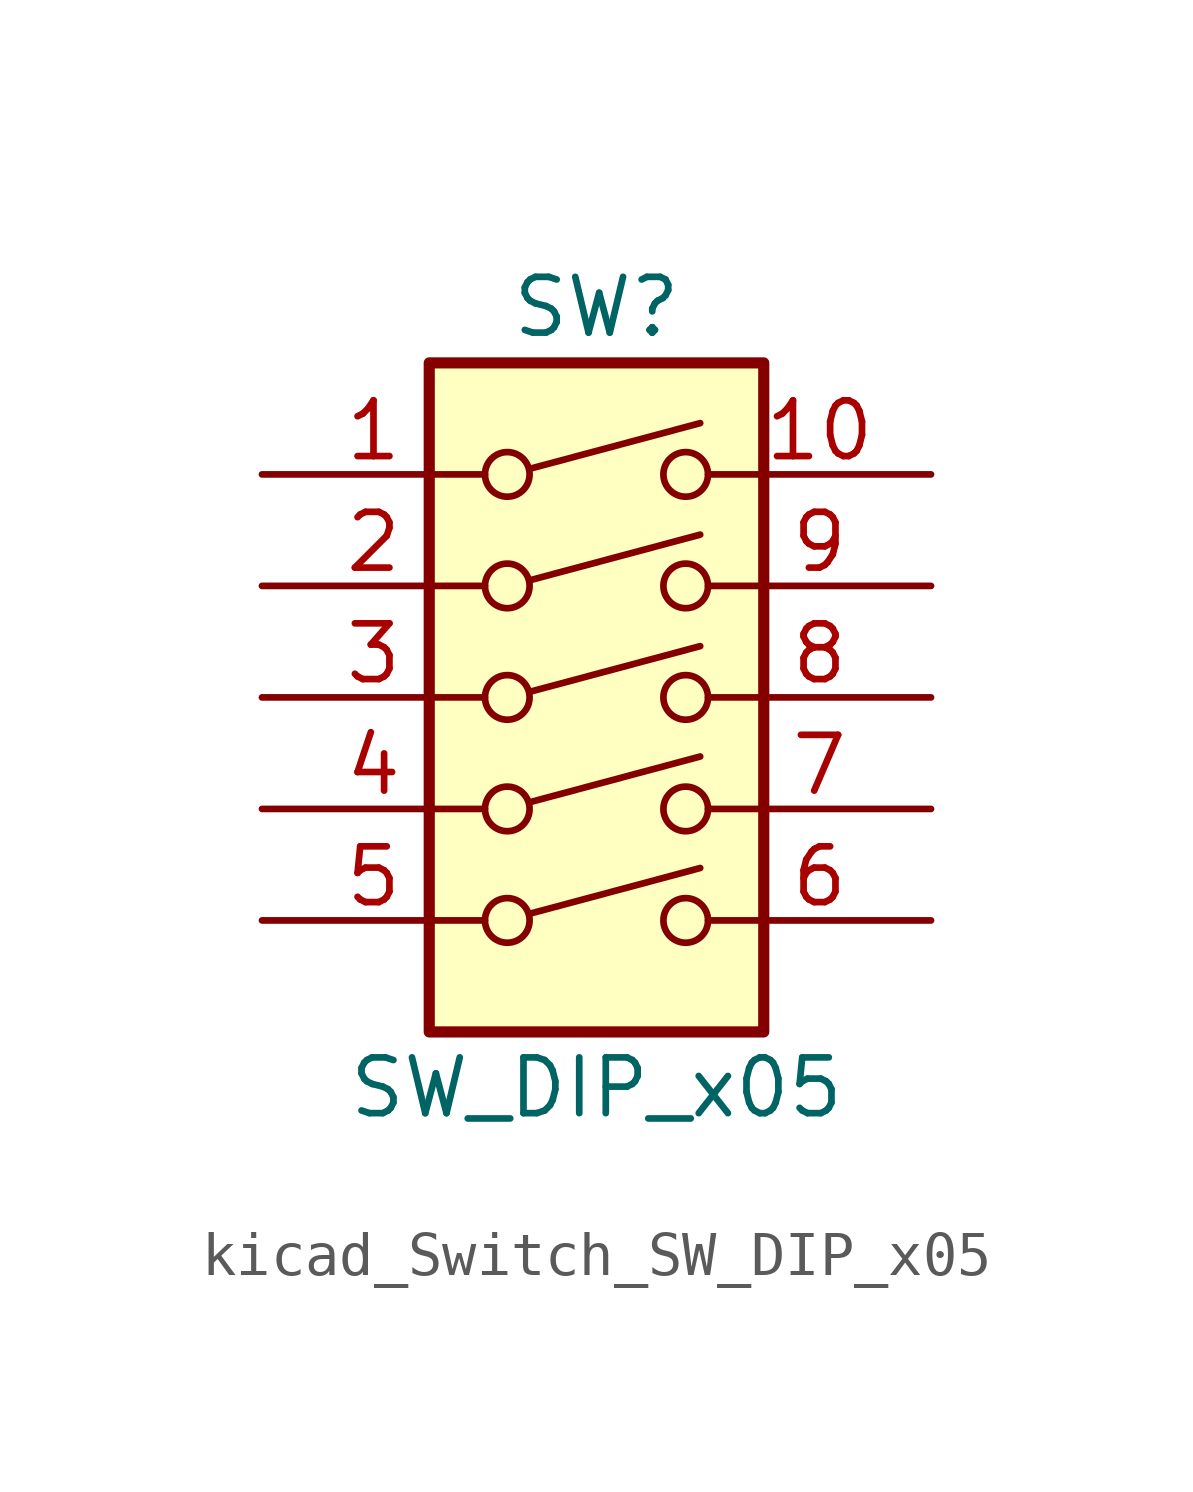
<source format=kicad_sym>
(kicad_symbol_lib
  (version 20220914)
  (generator kicad_symbol_editor)
  (symbol "kicad_Switch_SW_DIP_x05"
    (pin_names
      (offset 0) hide)
    (property "Reference" "SW"
      (at 0 8.89 0)
      (effects (font (size 1.27 1.27))))
    (property "Value" "SW_DIP_x05"
      (at 0 -8.89 0)
      (effects (font (size 1.27 1.27))))
    (symbol "kicad_Switch_SW_DIP_x05_0_0"
      (circle (center -2.032 -5.08) (radius 0.508) (stroke (width 0) (type default)) (fill (type none)))
      (circle (center -2.032 -2.54) (radius 0.508) (stroke (width 0) (type default)) (fill (type none)))
      (circle (center -2.032 0) (radius 0.508) (stroke (width 0) (type default)) (fill (type none)))
      (circle (center -2.032 2.54) (radius 0.508) (stroke (width 0) (type default)) (fill (type none)))
      (circle (center -2.032 5.08) (radius 0.508) (stroke (width 0) (type default)) (fill (type none)))
      (polyline (pts (xy -1.524 -4.928) (xy 2.362 -3.886)) (stroke (width 0) (type default)) (fill (type none)))
      (polyline (pts (xy -1.524 -2.388) (xy 2.362 -1.346)) (stroke (width 0) (type default)) (fill (type none)))
      (polyline (pts (xy -1.524 0.127) (xy 2.362 1.168)) (stroke (width 0) (type default)) (fill (type none)))
      (polyline (pts (xy -1.524 2.667) (xy 2.362 3.708)) (stroke (width 0) (type default)) (fill (type none)))
      (polyline (pts (xy -1.524 5.207) (xy 2.362 6.248)) (stroke (width 0) (type default)) (fill (type none)))
      (circle (center 2.032 -5.08) (radius 0.508) (stroke (width 0) (type default)) (fill (type none)))
      (circle (center 2.032 -2.54) (radius 0.508) (stroke (width 0) (type default)) (fill (type none)))
      (circle (center 2.032 0) (radius 0.508) (stroke (width 0) (type default)) (fill (type none)))
      (circle (center 2.032 2.54) (radius 0.508) (stroke (width 0) (type default)) (fill (type none)))
      (circle (center 2.032 5.08) (radius 0.508) (stroke (width 0) (type default)) (fill (type none))))
    (symbol "kicad_Switch_SW_DIP_x05_0_1"
      (rectangle (start -3.81 7.62) (end 3.81 -7.62) (stroke (width 0.254) (type default)) (fill (type background))))
    (symbol "kicad_Switch_SW_DIP_x05_1_1"
      (pin passive line (at -7.62 5.08 0) (length 5.08) (name "~" (effects (font (size 1.27 1.27)))) (number "1" (effects (font (size 1.27 1.27)))))
      (pin passive line (at 7.62 5.08 180) (length 5.08) (name "~" (effects (font (size 1.27 1.27)))) (number "10" (effects (font (size 1.27 1.27)))))
      (pin passive line (at -7.62 2.54 0) (length 5.08) (name "~" (effects (font (size 1.27 1.27)))) (number "2" (effects (font (size 1.27 1.27)))))
      (pin passive line (at -7.62 0 0) (length 5.08) (name "~" (effects (font (size 1.27 1.27)))) (number "3" (effects (font (size 1.27 1.27)))))
      (pin passive line (at -7.62 -2.54 0) (length 5.08) (name "~" (effects (font (size 1.27 1.27)))) (number "4" (effects (font (size 1.27 1.27)))))
      (pin passive line (at -7.62 -5.08 0) (length 5.08) (name "~" (effects (font (size 1.27 1.27)))) (number "5" (effects (font (size 1.27 1.27)))))
      (pin passive line (at 7.62 -5.08 180) (length 5.08) (name "~" (effects (font (size 1.27 1.27)))) (number "6" (effects (font (size 1.27 1.27)))))
      (pin passive line (at 7.62 -2.54 180) (length 5.08) (name "~" (effects (font (size 1.27 1.27)))) (number "7" (effects (font (size 1.27 1.27)))))
      (pin passive line (at 7.62 0 180) (length 5.08) (name "~" (effects (font (size 1.27 1.27)))) (number "8" (effects (font (size 1.27 1.27)))))
      (pin passive line (at 7.62 2.54 180) (length 5.08) (name "~" (effects (font (size 1.27 1.27)))) (number "9" (effects (font (size 1.27 1.27))))))))
</source>
